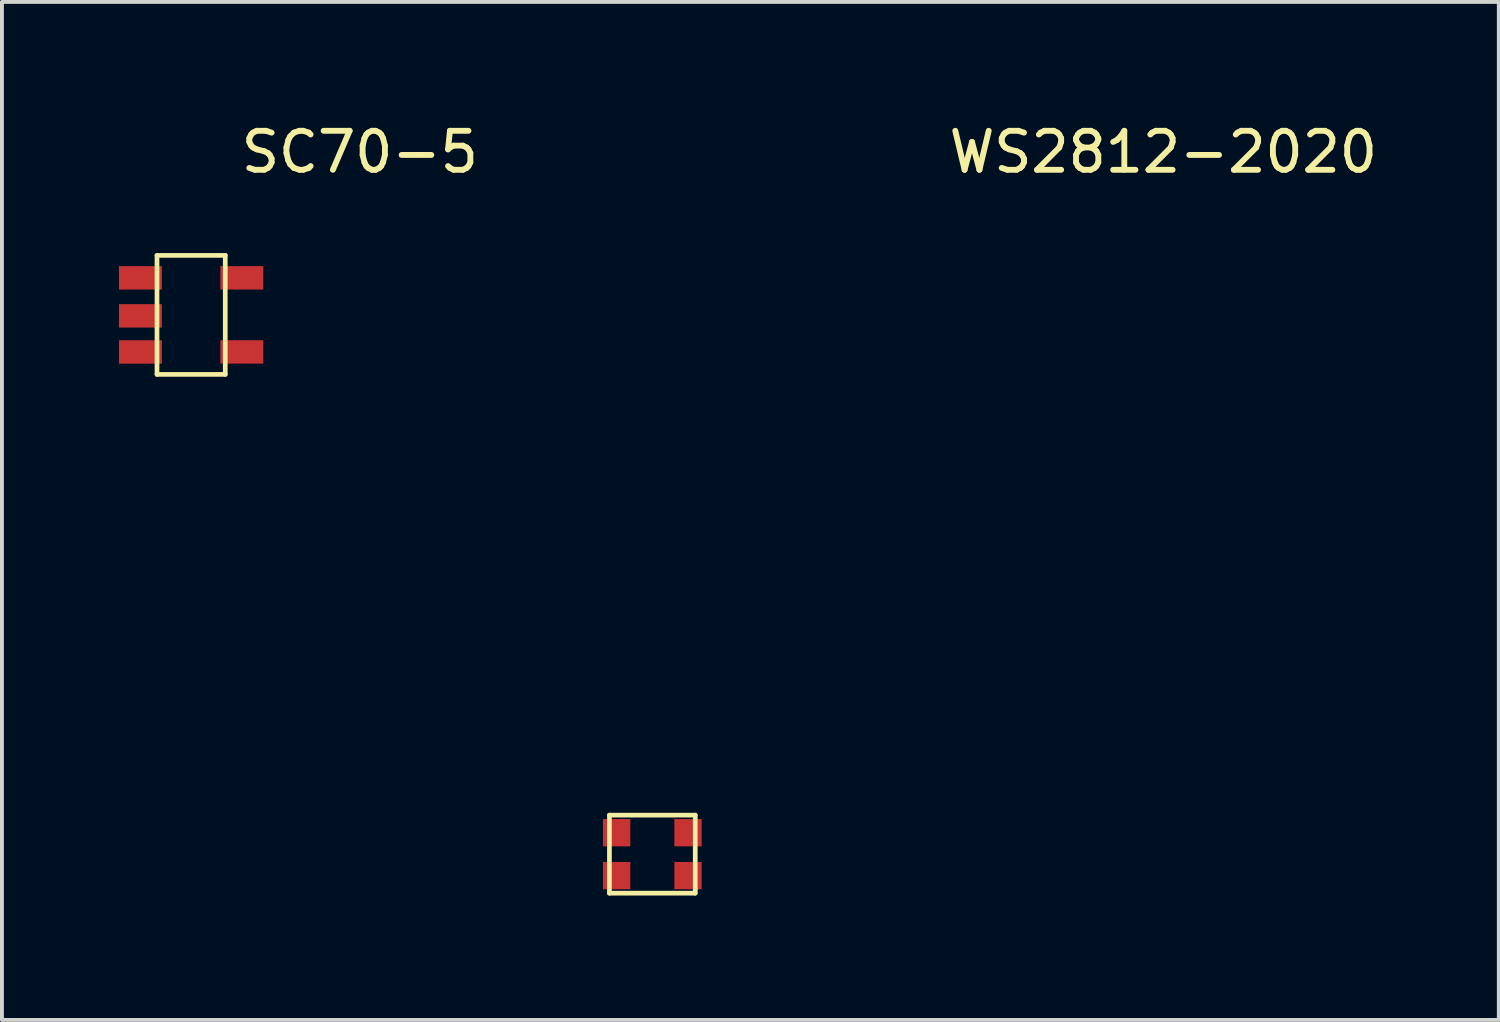
<source format=kicad_pcb>
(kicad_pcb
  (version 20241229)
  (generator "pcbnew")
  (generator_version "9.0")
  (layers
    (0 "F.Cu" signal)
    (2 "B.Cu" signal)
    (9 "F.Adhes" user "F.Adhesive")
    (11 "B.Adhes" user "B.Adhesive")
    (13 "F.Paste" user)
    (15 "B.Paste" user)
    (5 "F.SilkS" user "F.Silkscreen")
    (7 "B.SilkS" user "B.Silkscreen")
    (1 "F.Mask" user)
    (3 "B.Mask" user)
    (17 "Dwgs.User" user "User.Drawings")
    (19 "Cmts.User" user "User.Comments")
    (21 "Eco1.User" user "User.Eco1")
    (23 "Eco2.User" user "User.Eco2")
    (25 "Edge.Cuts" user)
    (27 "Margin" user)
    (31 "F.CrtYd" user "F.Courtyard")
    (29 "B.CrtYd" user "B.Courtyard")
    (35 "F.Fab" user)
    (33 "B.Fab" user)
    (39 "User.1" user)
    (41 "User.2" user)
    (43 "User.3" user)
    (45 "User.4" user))
  (footprint "WS2812-2020"
    (layer "F.Cu")
    (at 12.574 19.848)
    (property "Reference" "WS2812-2020" (at 14.2 -19 0) (layer "F.SilkS") (effects (font (size 1 1) (thickness 0.15))))
    (attr through_hole)
    (fp_line (start 0 -2) (end 2.2 -2) (stroke (width 0.12) (type solid)) (layer "F.SilkS"))
    (fp_line (start 0 0) (end 0 -2) (stroke (width 0.12) (type solid)) (layer "F.SilkS"))
    (fp_line (start 2.2 -2) (end 2.2 -0.1) (stroke (width 0.12) (type solid)) (layer "F.SilkS"))
    (fp_line (start 2.2 -0.1) (end 2.2 0) (stroke (width 0.12) (type solid)) (layer "F.SilkS"))
    (fp_line (start 2.2 0) (end 0 0) (stroke (width 0.12) (type solid)) (layer "F.SilkS"))
    (pad "1" smd rect (at 0.185 -1.55) (size 0.7 0.7) (layers "F.Cu" "F.Mask" "F.Paste"))
    (pad "2" smd rect (at 0.185 -0.45) (size 0.7 0.7) (layers "F.Cu" "F.Mask" "F.Paste"))
    (pad "3" smd rect (at 2.015 -1.55) (size 0.7 0.7) (layers "F.Cu" "F.Mask" "F.Paste"))
    (pad "4" smd rect (at 2.015 -0.45) (size 0.7 0.7) (layers "F.Cu" "F.Mask" "F.Paste")))
  (footprint "SC70-5"
    (layer "F.Cu")
    (at 0.975 6.548)
    (property "Reference" "SC70-5" (at 5.2 -5.7 0) (layer "F.SilkS") (effects (font (size 1 1) (thickness 0.15))))
    (attr through_hole)
    (fp_line (start 0 -3.05) (end 1.75 -3.05) (stroke (width 0.12) (type solid)) (layer "F.SilkS"))
    (fp_line (start 0 0) (end 0 -3.05) (stroke (width 0.12) (type solid)) (layer "F.SilkS"))
    (fp_line (start 1.75 -3.05) (end 1.75 0) (stroke (width 0.12) (type solid)) (layer "F.SilkS"))
    (fp_line (start 1.75 0) (end 0 0) (stroke (width 0.12) (type solid)) (layer "F.SilkS"))
    (pad "1" smd rect (at -0.425 -2.475) (size 1.1 0.6) (layers "F.Cu" "F.Mask" "F.Paste"))
    (pad "2" smd rect (at -0.425 -1.5) (size 1.1 0.6) (layers "F.Cu" "F.Mask" "F.Paste"))
    (pad "3" smd rect (at -0.425 -0.575) (size 1.1 0.6) (layers "F.Cu" "F.Mask" "F.Paste"))
    (pad "4" smd rect (at 2.175 -0.576) (size 1.1 0.6) (layers "F.Cu" "F.Mask" "F.Paste"))
    (pad "5" smd rect (at 2.175 -2.475) (size 1.1 0.6) (layers "F.Cu" "F.Mask" "F.Paste")))
  (gr_rect
    (start -3 -3)
    (end 35.375 23.098)
    (stroke (width 0.1) (type default))
    (fill no)
    (layer "Edge.Cuts")))
</source>
